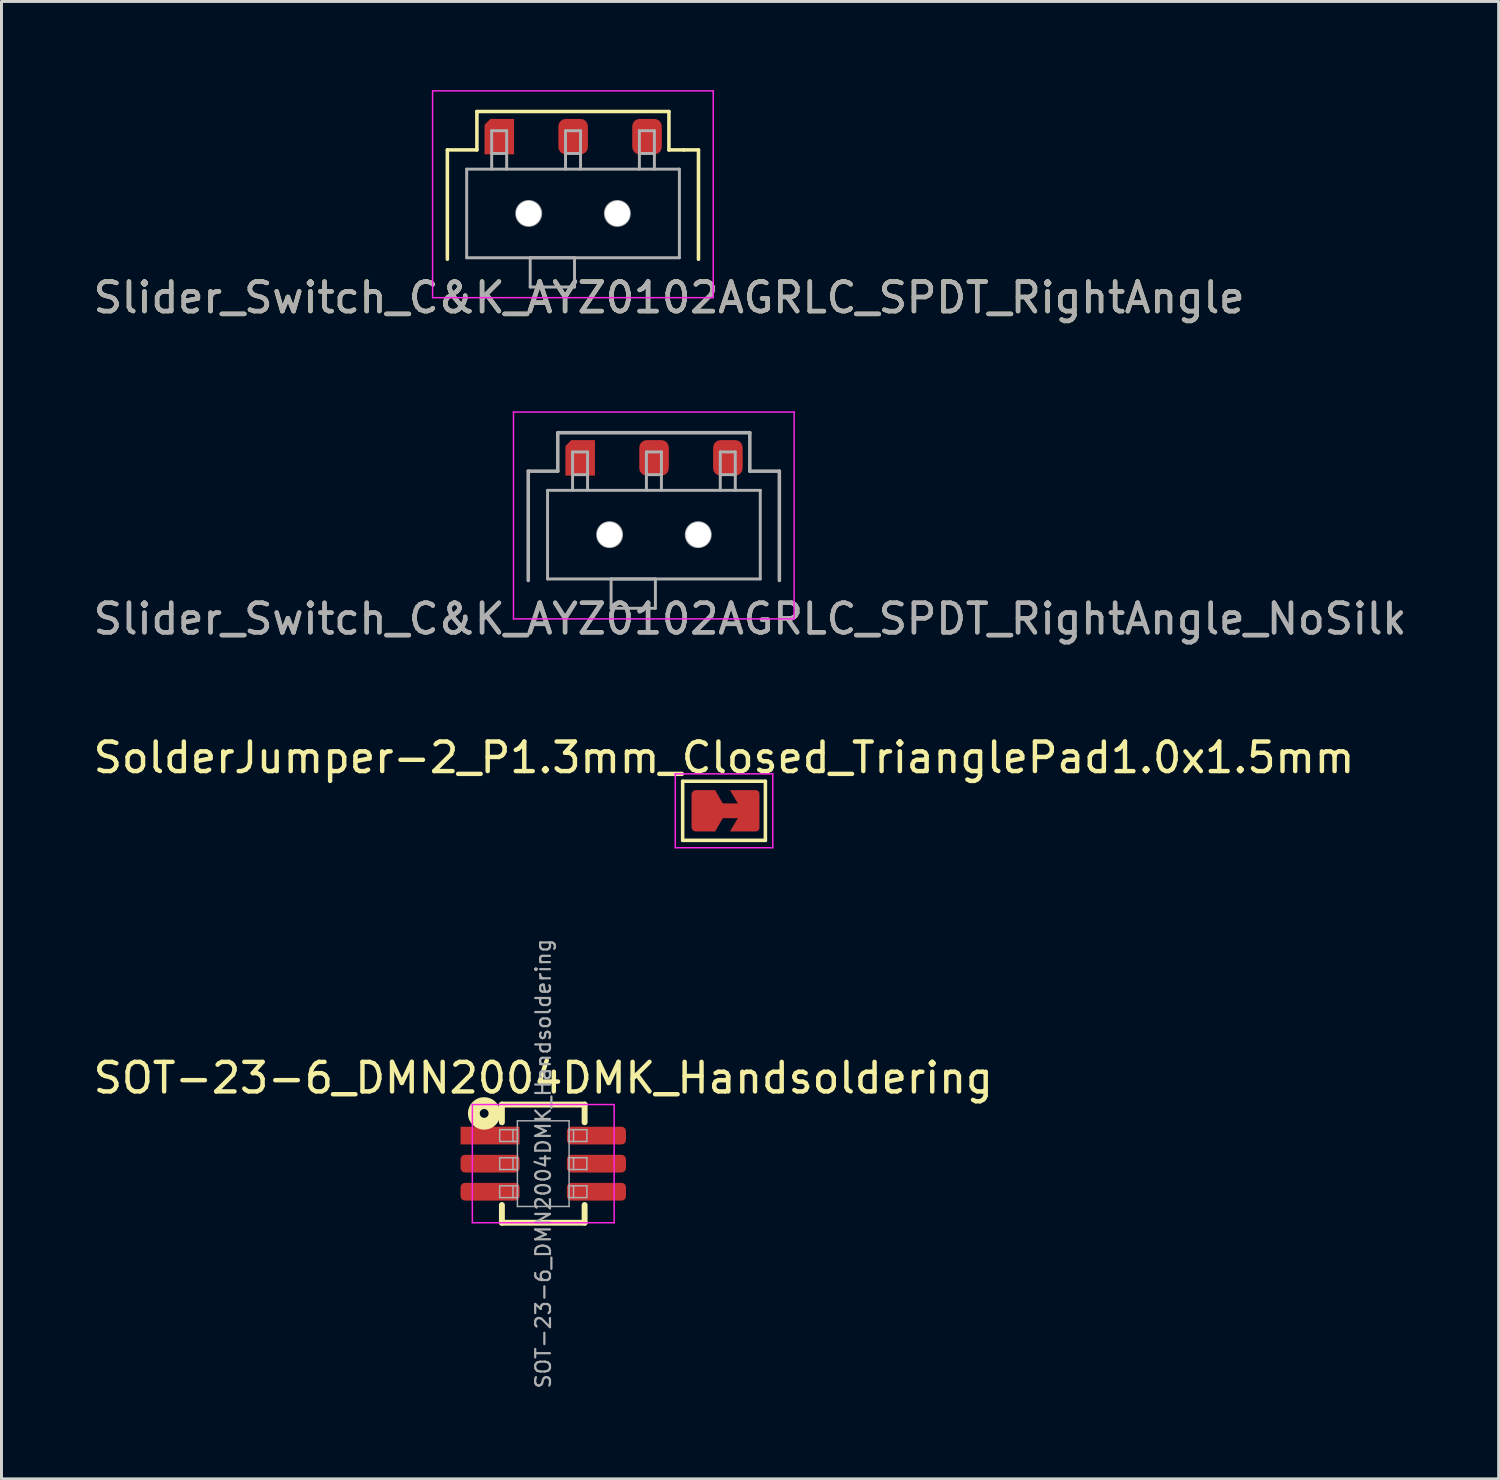
<source format=kicad_pcb>
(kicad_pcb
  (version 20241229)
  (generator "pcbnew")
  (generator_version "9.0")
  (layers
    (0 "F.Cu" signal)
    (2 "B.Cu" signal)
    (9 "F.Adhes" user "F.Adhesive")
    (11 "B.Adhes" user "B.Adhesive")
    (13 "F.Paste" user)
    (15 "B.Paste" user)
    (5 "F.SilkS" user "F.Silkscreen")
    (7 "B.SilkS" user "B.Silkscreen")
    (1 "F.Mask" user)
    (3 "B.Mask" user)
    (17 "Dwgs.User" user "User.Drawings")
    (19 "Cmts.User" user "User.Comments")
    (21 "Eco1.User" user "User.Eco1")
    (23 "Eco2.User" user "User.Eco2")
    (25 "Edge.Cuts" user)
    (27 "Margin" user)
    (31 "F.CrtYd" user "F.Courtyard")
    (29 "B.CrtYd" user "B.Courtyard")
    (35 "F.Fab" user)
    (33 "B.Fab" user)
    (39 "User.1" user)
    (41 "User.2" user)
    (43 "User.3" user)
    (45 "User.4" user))
  (footprint "SOT-23-6_DMN2004DMK_Handsoldering"
    (layer "F.Cu")
    (at 15.339 36.339)
    (property "Reference" "SOT-23-6_DMN2004DMK_Handsoldering" (at 0 -2.9 0) (layer "F.SilkS") (effects (font (size 1 1) (thickness 0.15))))
    (attr smd)
    (fp_line (start -1.4 -2) (end -1.4 -1.4) (stroke (width 0.2) (type solid)) (layer "F.SilkS"))
    (fp_line (start -1.4 2) (end -1.4 1.4) (stroke (width 0.2) (type solid)) (layer "F.SilkS"))
    (fp_line (start 1.4 -2) (end -1.4 -2) (stroke (width 0.2) (type solid)) (layer "F.SilkS"))
    (fp_line (start 1.4 -2) (end 1.4 -1.4) (stroke (width 0.2) (type solid)) (layer "F.SilkS"))
    (fp_line (start 1.4 1.4) (end 1.4 2) (stroke (width 0.2) (type solid)) (layer "F.SilkS"))
    (fp_line (start 1.4 2) (end -1.4 2) (stroke (width 0.2) (type solid)) (layer "F.SilkS"))
    (fp_circle (center -2 -1.7) (end -1.85 -1.7) (stroke (width 0.4) (type solid)) (fill no) (layer "F.SilkS"))
    (fp_line (start -0.8 -0.95) (end -0.35 -0.95) (stroke (width 0.05) (type solid)) (layer "Eco1.User"))
    (fp_line (start -0.4 -0.75) (end -0.3 -0.75) (stroke (width 0.05) (type solid)) (layer "Eco1.User"))
    (fp_line (start -0.35 -0.95) (end -0.35 -0.65) (stroke (width 0.05) (type solid)) (layer "Eco1.User"))
    (fp_line (start -0.35 -0.85) (end -0.4 -0.75) (stroke (width 0.05) (type solid)) (layer "Eco1.User"))
    (fp_line (start -0.35 -0.65) (end 0.3 -0.65) (stroke (width 0.05) (type solid)) (layer "Eco1.User"))
    (fp_line (start -0.3 -0.75) (end -0.35 -0.85) (stroke (width 0.05) (type solid)) (layer "Eco1.User"))
    (fp_line (start -0.3 0.65) (end -0.3 0.95) (stroke (width 0.05) (type solid)) (layer "Eco1.User"))
    (fp_line (start -0.3 0.95) (end -0.8 0.95) (stroke (width 0.05) (type solid)) (layer "Eco1.User"))
    (fp_line (start -0.25 -0.25) (end -0.25 0) (stroke (width 0.05) (type solid)) (layer "Eco1.User"))
    (fp_line (start -0.25 0) (end -0.8 0) (stroke (width 0.05) (type solid)) (layer "Eco1.User"))
    (fp_line (start -0.15 -0.45) (end 0.15 -0.45) (stroke (width 0.05) (type solid)) (layer "Eco1.User"))
    (fp_line (start 0 -0.45) (end 0 -0.25) (stroke (width 0.05) (type solid)) (layer "Eco1.User"))
    (fp_line (start 0 -0.25) (end -0.25 -0.25) (stroke (width 0.05) (type solid)) (layer "Eco1.User"))
    (fp_line (start 0 0.25) (end 0.25 0.25) (stroke (width 0.05) (type solid)) (layer "Eco1.User"))
    (fp_line (start 0 0.45) (end 0 0.25) (stroke (width 0.05) (type solid)) (layer "Eco1.User"))
    (fp_line (start 0.15 0.45) (end -0.15 0.45) (stroke (width 0.05) (type solid)) (layer "Eco1.User"))
    (fp_line (start 0.25 0) (end 0.8 0) (stroke (width 0.05) (type solid)) (layer "Eco1.User"))
    (fp_line (start 0.25 0.25) (end 0.25 0) (stroke (width 0.05) (type solid)) (layer "Eco1.User"))
    (fp_line (start 0.3 -0.95) (end 0.8 -0.95) (stroke (width 0.05) (type solid)) (layer "Eco1.User"))
    (fp_line (start 0.3 -0.65) (end 0.3 -0.95) (stroke (width 0.05) (type solid)) (layer "Eco1.User"))
    (fp_line (start 0.3 0.75) (end 0.35 0.85) (stroke (width 0.05) (type solid)) (layer "Eco1.User"))
    (fp_line (start 0.35 0.65) (end -0.3 0.65) (stroke (width 0.05) (type solid)) (layer "Eco1.User"))
    (fp_line (start 0.35 0.85) (end 0.4 0.75) (stroke (width 0.05) (type solid)) (layer "Eco1.User"))
    (fp_line (start 0.35 0.95) (end 0.35 0.65) (stroke (width 0.05) (type solid)) (layer "Eco1.User"))
    (fp_line (start 0.4 0.75) (end 0.3 0.75) (stroke (width 0.05) (type solid)) (layer "Eco1.User"))
    (fp_line (start 0.8 0.95) (end 0.35 0.95) (stroke (width 0.05) (type solid)) (layer "Eco1.User"))
    (fp_line (start -2.4 -2) (end 2.4 -2) (stroke (width 0.05) (type solid)) (layer "F.CrtYd"))
    (fp_line (start -2.4 2) (end -2.4 -2) (stroke (width 0.05) (type solid)) (layer "F.CrtYd"))
    (fp_line (start 2.4 -2) (end 2.4 2) (stroke (width 0.05) (type solid)) (layer "F.CrtYd"))
    (fp_line (start 2.4 2) (end -2.4 2) (stroke (width 0.05) (type solid)) (layer "F.CrtYd"))
    (fp_line (start -1.475 -0.2) (end -0.875 -0.2) (stroke (width 0.05) (type solid)) (layer "F.Fab"))
    (fp_line (start -1.475 0.2) (end -1.475 -0.2) (stroke (width 0.05) (type solid)) (layer "F.Fab"))
    (fp_line (start -1.475 0.75) (end -0.875 0.75) (stroke (width 0.05) (type solid)) (layer "F.Fab"))
    (fp_line (start -1.475 1.15) (end -1.475 0.75) (stroke (width 0.05) (type solid)) (layer "F.Fab"))
    (fp_line (start -1.475 -1.15) (end -0.875 -1.15) (stroke (width 0.05) (type solid)) (layer "F.Fab"))
    (fp_line (start -1.475 -0.75) (end -1.475 -1.15) (stroke (width 0.05) (type solid)) (layer "F.Fab"))
    (fp_line (start -1.025 -1.15) (end -1.025 -0.75) (stroke (width 0.05) (type solid)) (layer "F.Fab"))
    (fp_line (start -1.025 -0.2) (end -1.025 0.2) (stroke (width 0.05) (type solid)) (layer "F.Fab"))
    (fp_line (start -1.025 0.75) (end -1.025 1.15) (stroke (width 0.05) (type solid)) (layer "F.Fab"))
    (fp_line (start -0.875 -1.45) (end -0.875 1.45) (stroke (width 0.05) (type solid)) (layer "F.Fab"))
    (fp_line (start -0.875 -1.15) (end -0.875 -0.75) (stroke (width 0.05) (type solid)) (layer "F.Fab"))
    (fp_line (start -0.875 -0.75) (end -1.475 -0.75) (stroke (width 0.05) (type solid)) (layer "F.Fab"))
    (fp_line (start -0.875 -0.2) (end -0.875 0.2) (stroke (width 0.05) (type solid)) (layer "F.Fab"))
    (fp_line (start -0.875 0.2) (end -1.475 0.2) (stroke (width 0.05) (type solid)) (layer "F.Fab"))
    (fp_line (start -0.875 0.75) (end -0.875 1.15) (stroke (width 0.05) (type solid)) (layer "F.Fab"))
    (fp_line (start -0.875 1.15) (end -1.475 1.15) (stroke (width 0.05) (type solid)) (layer "F.Fab"))
    (fp_line (start -0.875 1.45) (end 0.875 1.45) (stroke (width 0.05) (type solid)) (layer "F.Fab"))
    (fp_line (start 0.875 -1.45) (end -0.875 -1.45) (stroke (width 0.05) (type solid)) (layer "F.Fab"))
    (fp_line (start 0.875 -1.15) (end 0.875 -0.75) (stroke (width 0.05) (type solid)) (layer "F.Fab"))
    (fp_line (start 0.875 -0.75) (end 1.475 -0.75) (stroke (width 0.05) (type solid)) (layer "F.Fab"))
    (fp_line (start 0.875 -0.2) (end 0.875 0.2) (stroke (width 0.05) (type solid)) (layer "F.Fab"))
    (fp_line (start 0.875 0.2) (end 1.475 0.2) (stroke (width 0.05) (type solid)) (layer "F.Fab"))
    (fp_line (start 0.875 0.75) (end 0.875 1.15) (stroke (width 0.05) (type solid)) (layer "F.Fab"))
    (fp_line (start 0.875 1.15) (end 1.475 1.15) (stroke (width 0.05) (type solid)) (layer "F.Fab"))
    (fp_line (start 0.875 1.45) (end 0.875 -1.45) (stroke (width 0.05) (type solid)) (layer "F.Fab"))
    (fp_line (start 1.025 -1.15) (end 1.025 -0.75) (stroke (width 0.05) (type solid)) (layer "F.Fab"))
    (fp_line (start 1.025 -0.2) (end 1.025 0.2) (stroke (width 0.05) (type solid)) (layer "F.Fab"))
    (fp_line (start 1.025 0.75) (end 1.025 1.15) (stroke (width 0.05) (type solid)) (layer "F.Fab"))
    (fp_line (start 1.475 -1.15) (end 0.875 -1.15) (stroke (width 0.05) (type solid)) (layer "F.Fab"))
    (fp_line (start 1.475 -0.75) (end 1.475 -1.15) (stroke (width 0.05) (type solid)) (layer "F.Fab"))
    (fp_line (start 1.475 -0.2) (end 0.875 -0.2) (stroke (width 0.05) (type solid)) (layer "F.Fab"))
    (fp_line (start 1.475 0.2) (end 1.475 -0.2) (stroke (width 0.05) (type solid)) (layer "F.Fab"))
    (fp_line (start 1.475 0.75) (end 0.875 0.75) (stroke (width 0.05) (type solid)) (layer "F.Fab"))
    (fp_line (start 1.475 1.15) (end 1.475 0.75) (stroke (width 0.05) (type solid)) (layer "F.Fab"))
    (fp_text user "${REFERENCE}" (at 0 0 90) (layer "F.Fab") (effects (font (size 0.5 0.5) (thickness 0.075))))
    (pad "D1" smd roundrect (at -1.8 0.95) (size 2 0.6) (layers "F.Cu" "F.Mask" "F.Paste") (roundrect_rratio 0.25))
    (pad "D2" smd roundrect (at 1.8 -0.95) (size 2 0.6) (layers "F.Cu" "F.Mask" "F.Paste") (roundrect_rratio 0.25))
    (pad "G1" smd roundrect (at 1.8 0) (size 2 0.6) (layers "F.Cu" "F.Mask" "F.Paste") (roundrect_rratio 0.25))
    (pad "G2" smd roundrect (at -1.8 0) (size 2 0.6) (layers "F.Cu" "F.Mask" "F.Paste") (roundrect_rratio 0.25))
    (pad "S1" smd roundrect (at 1.8 0.95) (size 2 0.6) (layers "F.Cu" "F.Mask" "F.Paste") (roundrect_rratio 0.25))
    (pad "S2" smd rect (at -1.8 -0.95) (size 2 0.6) (layers "F.Cu" "F.Mask" "F.Paste")))
  (footprint "SolderJumper-2_P1.3mm_Closed_TrianglePad1.0x1.5mm"
    (layer "F.Cu")
    (at 21.458 24.395)
    (property "Reference" "SolderJumper-2_P1.3mm_Closed_TrianglePad1.0x1.5mm" (at 0 -1.8 180) (layer "F.SilkS") (effects (font (size 1 1) (thickness 0.15))))
    (attr exclude_from_pos_files exclude_from_bom)
    (fp_line (start -0.2 0) (end 0.7 0) (stroke (width 0.5) (type solid)) (layer "F.Cu"))
    (fp_line (start -1.4 -1) (end 1.4 -1) (stroke (width 0.12) (type solid)) (layer "F.SilkS"))
    (fp_line (start -1.4 1) (end -1.4 -1) (stroke (width 0.12) (type solid)) (layer "F.SilkS"))
    (fp_line (start 1.4 -1) (end 1.4 1) (stroke (width 0.12) (type solid)) (layer "F.SilkS"))
    (fp_line (start 1.4 1) (end -1.4 1) (stroke (width 0.12) (type solid)) (layer "F.SilkS"))
    (fp_line (start -1.65 -1.25) (end -1.65 1.25) (stroke (width 0.05) (type solid)) (layer "F.CrtYd"))
    (fp_line (start -1.65 -1.25) (end 1.65 -1.25) (stroke (width 0.05) (type solid)) (layer "F.CrtYd"))
    (fp_line (start 1.65 1.25) (end -1.65 1.25) (stroke (width 0.05) (type solid)) (layer "F.CrtYd"))
    (fp_line (start 1.65 1.25) (end 1.65 -1.25) (stroke (width 0.05) (type solid)) (layer "F.CrtYd"))
    (pad "1" smd custom (at -0.804 0) (size 0.592 1.4) (layers "F.Cu" "F.Mask") (options (anchor circle)) (primitives (gr_poly (pts (xy 0.904 0) (xy 0.504 0.7) (xy -0.16 0.7) (xy -0.16 -0.7) (xy 0.504 -0.7)) (width 0) (fill yes)) (gr_poly (pts (xy -0.296 -0.552) (xy -0.285 -0.609) (xy -0.253 -0.657) (xy -0.205 -0.689) (xy -0.148 -0.7) (xy 0.148 -0.7) (xy 0.205 -0.689) (xy 0.253 -0.657) (xy 0.285 -0.609) (xy 0.296 -0.552) (xy 0.296 0.552) (xy 0.285 0.609) (xy 0.253 0.657) (xy 0.205 0.689) (xy 0.148 0.7) (xy -0.148 0.7) (xy -0.205 0.689) (xy -0.253 0.657) (xy -0.285 0.609) (xy -0.296 0.552)) (width 0) (fill yes))))
    (pad "2" smd custom (at 0.95 0) (size 0.5 1.4) (layers "F.Cu" "F.Mask") (options (anchor circle)) (primitives (gr_poly (pts (xy -0.25 -0.575) (xy -0.24 -0.623) (xy -0.213 -0.663) (xy -0.173 -0.69) (xy -0.125 -0.7) (xy 0.125 -0.7) (xy 0.173 -0.69) (xy 0.213 -0.663) (xy 0.24 -0.623) (xy 0.25 -0.575) (xy 0.25 0.575) (xy 0.24 0.623) (xy 0.213 0.663) (xy 0.173 0.69) (xy 0.125 0.7) (xy -0.125 0.7) (xy -0.173 0.69) (xy -0.213 0.663) (xy -0.24 0.623) (xy -0.25 0.575)) (width 0) (fill yes)) (gr_poly (pts (xy -0.05 0.7) (xy -0.75 0.7) (xy -0.335 0) (xy -0.75 -0.7) (xy -0.05 -0.7)) (width 0) (fill yes)))))
  (footprint "Slider_Switch_C&K_AYZ0102AGRLC_SPDT_RightAngle_NoSilk"
    (layer "F.Cu")
    (at 19.085 15.048)
    (property "Reference" "Slider_Switch_C&K_AYZ0102AGRLC_SPDT_RightAngle_NoSilk" (at 3.254 2.85 0) (unlocked yes) (layer "F.Fab") (effects (font (size 1 1) (thickness 0.15))))
    (attr smd)
    (fp_line (start -4.754 -4.15) (end 4.746 -4.15) (stroke (width 0.05) (type solid)) (layer "F.CrtYd"))
    (fp_line (start -4.754 2.85) (end -4.754 -4.15) (stroke (width 0.05) (type solid)) (layer "F.CrtYd"))
    (fp_line (start 4.746 -4.15) (end 4.746 2.85) (stroke (width 0.05) (type solid)) (layer "F.CrtYd"))
    (fp_line (start 4.746 2.85) (end -4.754 2.85) (stroke (width 0.05) (type solid)) (layer "F.CrtYd"))
    (fp_line (start -4.254 -2.15) (end -4.254 1.55) (stroke (width 0.12) (type solid)) (layer "F.Fab"))
    (fp_line (start -3.6 -1.5) (end 3.6 -1.5) (stroke (width 0.1) (type solid)) (layer "F.Fab"))
    (fp_line (start -3.6 1.5) (end -3.6 -1.5) (stroke (width 0.1) (type solid)) (layer "F.Fab"))
    (fp_line (start -3.254 -3.45) (end -3.254 -2.15) (stroke (width 0.12) (type solid)) (layer "F.Fab"))
    (fp_line (start -3.254 -2.15) (end -4.254 -2.15) (stroke (width 0.12) (type solid)) (layer "F.Fab"))
    (fp_line (start -2.754 -2.8) (end -2.754 -1.5) (stroke (width 0.1) (type solid)) (layer "F.Fab"))
    (fp_line (start -2.246 -2.8) (end -2.754 -2.8) (stroke (width 0.1) (type solid)) (layer "F.Fab"))
    (fp_line (start -2.246 -2.03) (end -2.754 -2.03) (stroke (width 0.1) (type solid)) (layer "F.Fab"))
    (fp_line (start -2.246 -1.5) (end -2.246 -2.8) (stroke (width 0.1) (type solid)) (layer "F.Fab"))
    (fp_line (start -1.45 1.5) (end 0.05 1.5) (stroke (width 0.1) (type solid)) (layer "F.Fab"))
    (fp_line (start -1.45 2.491) (end -1.45 1.5) (stroke (width 0.1) (type solid)) (layer "F.Fab"))
    (fp_line (start -0.254 -2.8) (end -0.254 -1.5) (stroke (width 0.1) (type solid)) (layer "F.Fab"))
    (fp_line (start 0.05 1.5) (end 0.05 2.491) (stroke (width 0.1) (type solid)) (layer "F.Fab"))
    (fp_line (start 0.05 2.491) (end -1.45 2.491) (stroke (width 0.1) (type solid)) (layer "F.Fab"))
    (fp_line (start 0.254 -2.8) (end -0.254 -2.8) (stroke (width 0.1) (type solid)) (layer "F.Fab"))
    (fp_line (start 0.254 -2.03) (end -0.254 -2.03) (stroke (width 0.1) (type solid)) (layer "F.Fab"))
    (fp_line (start 0.254 -1.5) (end 0.254 -2.8) (stroke (width 0.1) (type solid)) (layer "F.Fab"))
    (fp_line (start 2.246 -2.8) (end 2.246 -1.5) (stroke (width 0.1) (type solid)) (layer "F.Fab"))
    (fp_line (start 2.754 -2.8) (end 2.246 -2.8) (stroke (width 0.1) (type solid)) (layer "F.Fab"))
    (fp_line (start 2.754 -2.8) (end 2.754 -1.5) (stroke (width 0.1) (type solid)) (layer "F.Fab"))
    (fp_line (start 2.754 -2.03) (end 2.246 -2.03) (stroke (width 0.1) (type solid)) (layer "F.Fab"))
    (fp_line (start 3.246 -3.45) (end -3.254 -3.45) (stroke (width 0.12) (type solid)) (layer "F.Fab"))
    (fp_line (start 3.246 -2.15) (end 3.246 -3.45) (stroke (width 0.12) (type solid)) (layer "F.Fab"))
    (fp_line (start 3.6 -1.5) (end 3.6 1.5) (stroke (width 0.1) (type solid)) (layer "F.Fab"))
    (fp_line (start 3.6 1.5) (end -3.6 1.5) (stroke (width 0.1) (type solid)) (layer "F.Fab"))
    (fp_line (start 4.246 -2.15) (end 3.246 -2.15) (stroke (width 0.12) (type solid)) (layer "F.Fab"))
    (fp_line (start 4.246 -2.15) (end 4.246 1.55) (stroke (width 0.12) (type solid)) (layer "F.Fab"))
    (fp_circle (center -1.5 0) (end -1.094 0) (stroke (width 0.1) (type solid)) (fill no) (layer "F.Fab"))
    (fp_circle (center 1.5 0) (end 1.906 0) (stroke (width 0.1) (type solid)) (fill no) (layer "F.Fab"))
    (fp_text user "${REFERENCE}" (at 3.254 2.85 0) (unlocked yes) (layer "F.Fab") (effects (font (size 1 1) (thickness 0.15))))
    (pad "" np_thru_hole circle (at -1.504 0) (size 0.85 0.85) (drill 0.85) (layers "*.Cu" "*.Mask"))
    (pad "" np_thru_hole circle (at 1.504 0) (size 0.85 0.85) (drill 0.85) (layers "*.Cu" "*.Mask"))
    (pad "1" smd roundrect (at -2.496 -2.6) (size 1 1.2) (layers "F.Cu" "F.Mask" "F.Paste") (roundrect_rratio 0) (chamfer_ratio 0.2) (chamfer top_left))
    (pad "2" smd roundrect (at 0.004 -2.6) (size 1 1.2) (layers "F.Cu" "F.Mask" "F.Paste") (roundrect_rratio 0.25))
    (pad "3" smd roundrect (at 2.504 -2.6) (size 1 1.2) (layers "F.Cu" "F.Mask" "F.Paste") (roundrect_rratio 0.25)))
  (footprint "Slider_Switch_C&K_AYZ0102AGRLC_SPDT_RightAngle"
    (layer "F.Cu")
    (at 16.347 4.175)
    (property "Reference" "Slider_Switch_C&K_AYZ0102AGRLC_SPDT_RightAngle" (at 3.254 2.85 0) (unlocked yes) (layer "F.SilkS") (effects (font (size 1 1) (thickness 0.15))))
    (attr smd)
    (fp_line (start -4.254 -2.15) (end -4.254 1.55) (stroke (width 0.12) (type solid)) (layer "F.SilkS"))
    (fp_line (start -3.254 -3.45) (end -3.254 -2.15) (stroke (width 0.12) (type solid)) (layer "F.SilkS"))
    (fp_line (start -3.254 -2.15) (end -4.254 -2.15) (stroke (width 0.12) (type solid)) (layer "F.SilkS"))
    (fp_line (start 3.246 -3.45) (end -3.254 -3.45) (stroke (width 0.12) (type solid)) (layer "F.SilkS"))
    (fp_line (start 3.246 -2.15) (end 3.246 -3.45) (stroke (width 0.12) (type solid)) (layer "F.SilkS"))
    (fp_line (start 3.746 -2.15) (end 3.246 -2.15) (stroke (width 0.12) (type solid)) (layer "F.SilkS"))
    (fp_line (start 3.746 -2.15) (end 4.246 -2.15) (stroke (width 0.12) (type solid)) (layer "F.SilkS"))
    (fp_line (start 4.246 -2.15) (end 4.246 1.55) (stroke (width 0.12) (type solid)) (layer "F.SilkS"))
    (fp_line (start -4.754 -4.15) (end 4.746 -4.15) (stroke (width 0.05) (type solid)) (layer "F.CrtYd"))
    (fp_line (start -4.754 2.85) (end -4.754 -4.15) (stroke (width 0.05) (type solid)) (layer "F.CrtYd"))
    (fp_line (start 4.746 -4.15) (end 4.746 2.85) (stroke (width 0.05) (type solid)) (layer "F.CrtYd"))
    (fp_line (start 4.746 2.85) (end -4.754 2.85) (stroke (width 0.05) (type solid)) (layer "F.CrtYd"))
    (fp_line (start -3.6 -1.5) (end 3.6 -1.5) (stroke (width 0.1) (type solid)) (layer "F.Fab"))
    (fp_line (start -3.6 1.5) (end -3.6 -1.5) (stroke (width 0.1) (type solid)) (layer "F.Fab"))
    (fp_line (start -2.754 -2.8) (end -2.754 -1.5) (stroke (width 0.1) (type solid)) (layer "F.Fab"))
    (fp_line (start -2.246 -2.8) (end -2.754 -2.8) (stroke (width 0.1) (type solid)) (layer "F.Fab"))
    (fp_line (start -2.246 -2.03) (end -2.754 -2.03) (stroke (width 0.1) (type solid)) (layer "F.Fab"))
    (fp_line (start -2.246 -1.5) (end -2.246 -2.8) (stroke (width 0.1) (type solid)) (layer "F.Fab"))
    (fp_line (start -1.45 1.5) (end 0.05 1.5) (stroke (width 0.1) (type solid)) (layer "F.Fab"))
    (fp_line (start -1.45 2.491) (end -1.45 1.5) (stroke (width 0.1) (type solid)) (layer "F.Fab"))
    (fp_line (start -0.254 -2.8) (end -0.254 -1.5) (stroke (width 0.1) (type solid)) (layer "F.Fab"))
    (fp_line (start 0.05 1.5) (end 0.05 2.491) (stroke (width 0.1) (type solid)) (layer "F.Fab"))
    (fp_line (start 0.05 2.491) (end -1.45 2.491) (stroke (width 0.1) (type solid)) (layer "F.Fab"))
    (fp_line (start 0.254 -2.8) (end -0.254 -2.8) (stroke (width 0.1) (type solid)) (layer "F.Fab"))
    (fp_line (start 0.254 -2.03) (end -0.254 -2.03) (stroke (width 0.1) (type solid)) (layer "F.Fab"))
    (fp_line (start 0.254 -1.5) (end 0.254 -2.8) (stroke (width 0.1) (type solid)) (layer "F.Fab"))
    (fp_line (start 2.246 -2.8) (end 2.246 -1.5) (stroke (width 0.1) (type solid)) (layer "F.Fab"))
    (fp_line (start 2.754 -2.8) (end 2.246 -2.8) (stroke (width 0.1) (type solid)) (layer "F.Fab"))
    (fp_line (start 2.754 -2.8) (end 2.754 -1.5) (stroke (width 0.1) (type solid)) (layer "F.Fab"))
    (fp_line (start 2.754 -2.03) (end 2.246 -2.03) (stroke (width 0.1) (type solid)) (layer "F.Fab"))
    (fp_line (start 3.6 -1.5) (end 3.6 1.5) (stroke (width 0.1) (type solid)) (layer "F.Fab"))
    (fp_line (start 3.6 1.5) (end -3.6 1.5) (stroke (width 0.1) (type solid)) (layer "F.Fab"))
    (fp_circle (center -1.5 0) (end -1.094 0) (stroke (width 0.1) (type solid)) (fill no) (layer "F.Fab"))
    (fp_circle (center 1.5 0) (end 1.906 0) (stroke (width 0.1) (type solid)) (fill no) (layer "F.Fab"))
    (fp_text user "${REFERENCE}" (at 3.254 2.85 0) (unlocked yes) (layer "F.Fab") (effects (font (size 1 1) (thickness 0.15))))
    (pad "" np_thru_hole circle (at -1.504 0) (size 0.85 0.85) (drill 0.85) (layers "*.Cu" "*.Mask"))
    (pad "" np_thru_hole circle (at 1.504 0) (size 0.85 0.85) (drill 0.85) (layers "*.Cu" "*.Mask"))
    (pad "1" smd roundrect (at -2.496 -2.6) (size 1 1.2) (layers "F.Cu" "F.Mask" "F.Paste") (roundrect_rratio 0) (chamfer_ratio 0.2) (chamfer top_left))
    (pad "2" smd roundrect (at 0.004 -2.6) (size 1 1.2) (layers "F.Cu" "F.Mask" "F.Paste") (roundrect_rratio 0.25))
    (pad "3" smd roundrect (at 2.504 -2.6) (size 1 1.2) (layers "F.Cu" "F.Mask" "F.Paste") (roundrect_rratio 0.25)))
  (gr_rect
    (start -3 -3)
    (end 47.679 47.009)
    (stroke (width 0.1) (type default))
    (fill no)
    (layer "Edge.Cuts")))
</source>
